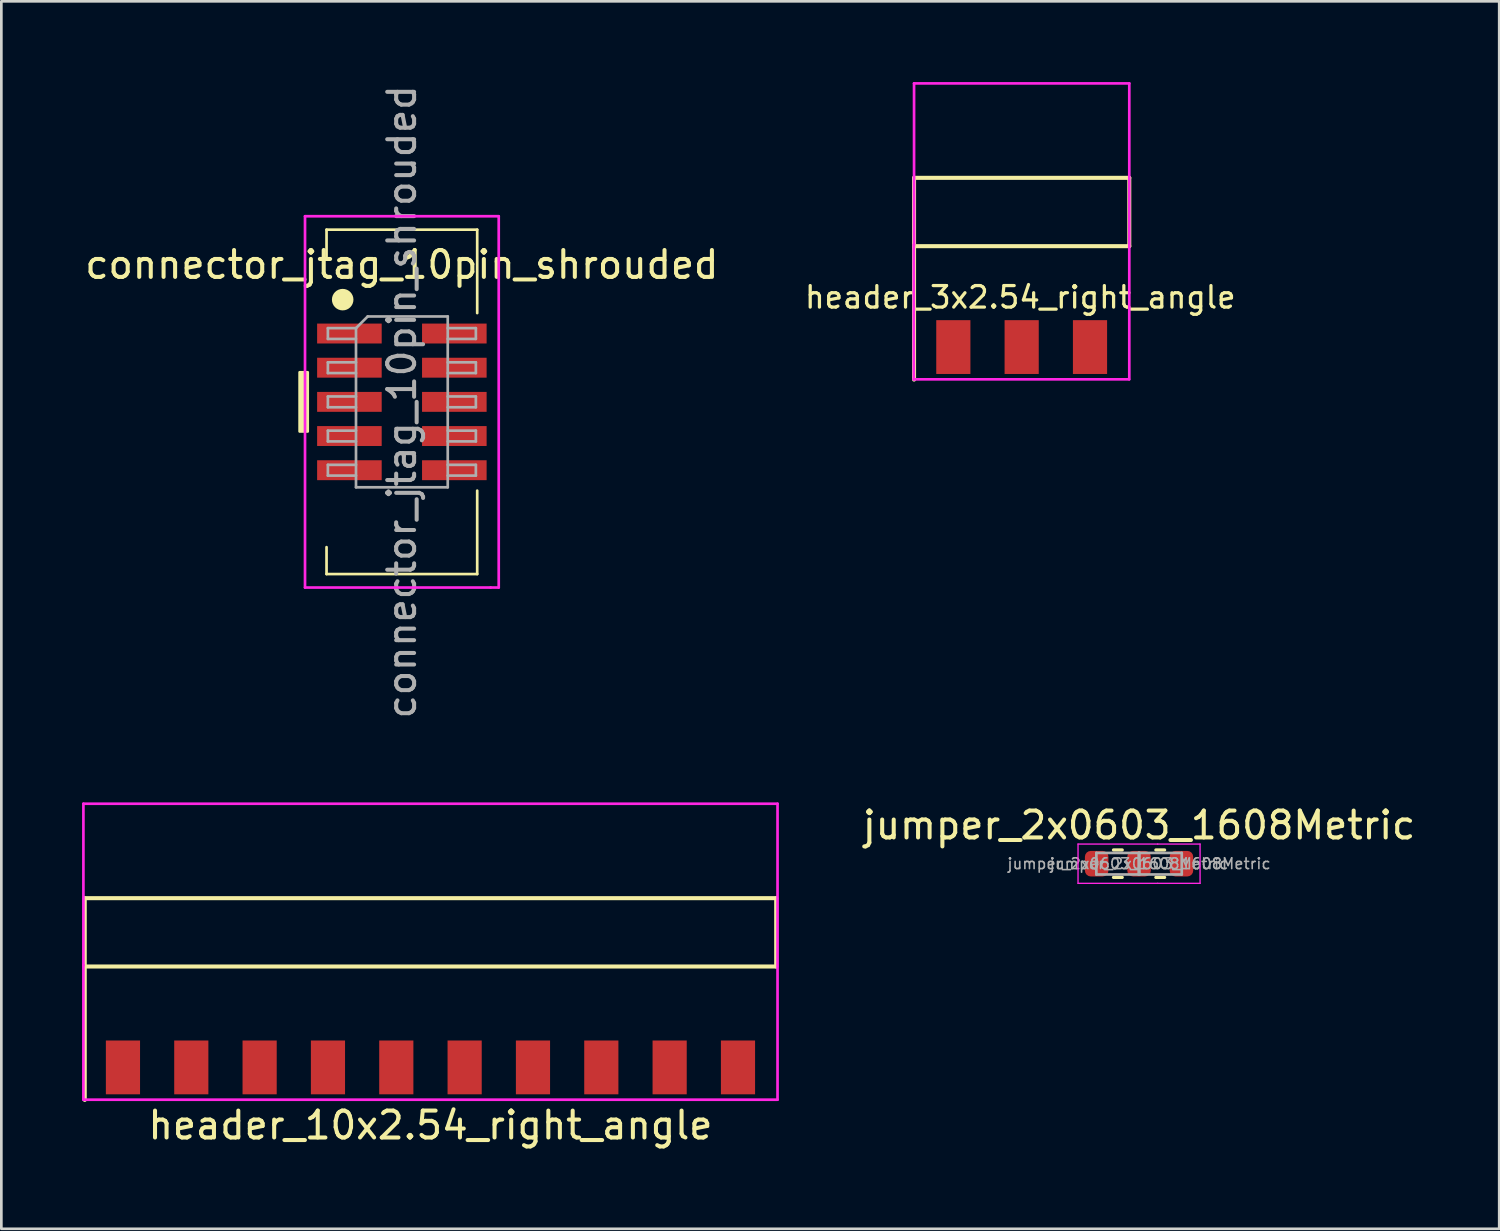
<source format=kicad_pcb>
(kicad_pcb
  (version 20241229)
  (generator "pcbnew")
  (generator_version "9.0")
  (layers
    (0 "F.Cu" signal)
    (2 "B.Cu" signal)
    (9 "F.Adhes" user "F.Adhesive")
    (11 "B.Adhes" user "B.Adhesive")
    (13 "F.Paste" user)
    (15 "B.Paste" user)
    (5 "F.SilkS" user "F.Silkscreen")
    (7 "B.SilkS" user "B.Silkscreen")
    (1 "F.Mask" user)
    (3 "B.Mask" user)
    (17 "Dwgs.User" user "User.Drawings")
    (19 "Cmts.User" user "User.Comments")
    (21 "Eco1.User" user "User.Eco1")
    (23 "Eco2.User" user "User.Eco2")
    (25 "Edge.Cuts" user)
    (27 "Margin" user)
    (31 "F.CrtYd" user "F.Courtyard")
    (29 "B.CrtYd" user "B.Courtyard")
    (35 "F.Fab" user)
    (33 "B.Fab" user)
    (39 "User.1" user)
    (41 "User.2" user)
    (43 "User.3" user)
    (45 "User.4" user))
  (footprint "header_10x2.54_right_angle"
    (layer "F.Cu")
    (at 12.95 36.624)
    (property "Reference" "header_10x2.54_right_angle" (at 0 2.15 0) (layer "F.SilkS") (effects (font (size 1 1) (thickness 0.15))))
    (attr smd)
    (fp_line (start -12.85 -6.29) (end -12.85 -3.75) (stroke (width 0.15) (type solid)) (layer "F.SilkS"))
    (fp_line (start -12.85 -3.75) (end -12.85 1.21) (stroke (width 0.15) (type solid)) (layer "F.SilkS"))
    (fp_line (start -12.85 -3.75) (end 12.85 -3.75) (stroke (width 0.15) (type solid)) (layer "F.SilkS"))
    (fp_line (start 12.85 -6.29) (end -12.85 -6.29) (stroke (width 0.15) (type solid)) (layer "F.SilkS"))
    (fp_line (start 12.85 -6.29) (end 12.85 -3.75) (stroke (width 0.15) (type solid)) (layer "F.SilkS"))
    (fp_line (start -12.9 -9.8) (end 12.9 -9.8) (stroke (width 0.1) (type solid)) (layer "F.CrtYd"))
    (fp_line (start -12.9 -3.8) (end -12.9 -9.8) (stroke (width 0.1) (type solid)) (layer "F.CrtYd"))
    (fp_line (start -12.9 1.2) (end -12.9 -3.8) (stroke (width 0.1) (type solid)) (layer "F.CrtYd"))
    (fp_line (start -12.9 1.2) (end 12.9 1.2) (stroke (width 0.1) (type solid)) (layer "F.CrtYd"))
    (fp_line (start 12.9 -9.8) (end 12.9 1.2) (stroke (width 0.1) (type solid)) (layer "F.CrtYd"))
    (pad "1" smd rect (at -11.43 0) (size 1.27 2) (layers "F.Cu" "F.Mask" "F.Paste"))
    (pad "2" smd rect (at -8.89 0) (size 1.27 2) (layers "F.Cu" "F.Mask" "F.Paste"))
    (pad "3" smd rect (at -6.35 0) (size 1.27 2) (layers "F.Cu" "F.Mask" "F.Paste"))
    (pad "4" smd rect (at -3.81 0) (size 1.27 2) (layers "F.Cu" "F.Mask" "F.Paste"))
    (pad "5" smd rect (at -1.27 0) (size 1.27 2) (layers "F.Cu" "F.Mask" "F.Paste"))
    (pad "6" smd rect (at 1.27 0) (size 1.27 2) (layers "F.Cu" "F.Mask" "F.Paste"))
    (pad "7" smd rect (at 3.81 0) (size 1.27 2) (layers "F.Cu" "F.Mask" "F.Paste"))
    (pad "8" smd rect (at 6.35 0) (size 1.27 2) (layers "F.Cu" "F.Mask" "F.Paste"))
    (pad "9" smd rect (at 8.89 0) (size 1.27 2) (layers "F.Cu" "F.Mask" "F.Paste"))
    (pad "10" smd rect (at 11.43 0) (size 1.27 2) (layers "F.Cu" "F.Mask" "F.Paste")))
  (footprint "header_3x2.54_right_angle"
    (layer "F.Cu")
    (at 34.924 9.85)
    (property "Reference" "header_3x2.54_right_angle" (at -0.05 -1.85 0) (layer "F.SilkS") (effects (font (size 0.8 0.8) (thickness 0.12))))
    (attr smd)
    (fp_line (start -4 -6.29) (end -4 -3.75) (stroke (width 0.15) (type solid)) (layer "F.SilkS"))
    (fp_line (start -4 -3.75) (end -4 1.21) (stroke (width 0.15) (type solid)) (layer "F.SilkS"))
    (fp_line (start -4 -3.75) (end 4 -3.75) (stroke (width 0.15) (type solid)) (layer "F.SilkS"))
    (fp_line (start 4 -6.29) (end -4 -6.29) (stroke (width 0.15) (type solid)) (layer "F.SilkS"))
    (fp_line (start 4 -6.29) (end 4 -3.75) (stroke (width 0.15) (type solid)) (layer "F.SilkS"))
    (fp_line (start -4.01 1.2) (end -4.01 -3.8) (stroke (width 0.1) (type solid)) (layer "F.CrtYd"))
    (fp_line (start -4.01 1.2) (end 3.99 1.2) (stroke (width 0.1) (type solid)) (layer "F.CrtYd"))
    (fp_line (start -4 -9.8) (end 4 -9.8) (stroke (width 0.1) (type solid)) (layer "F.CrtYd"))
    (fp_line (start -4 -3.8) (end -4 -9.8) (stroke (width 0.1) (type solid)) (layer "F.CrtYd"))
    (fp_line (start 4 -9.8) (end 4 1.2) (stroke (width 0.1) (type solid)) (layer "F.CrtYd"))
    (pad "1" smd rect (at -2.54 0) (size 1.27 2) (layers "F.Cu" "F.Mask" "F.Paste"))
    (pad "2" smd rect (at 0 0) (size 1.27 2) (layers "F.Cu" "F.Mask" "F.Paste"))
    (pad "3" smd rect (at 2.54 0) (size 1.27 2) (layers "F.Cu" "F.Mask" "F.Paste")))
  (footprint "connector_jtag_10pin_shrouded"
    (layer "F.Cu")
    (at 11.887 11.887)
    (property "Reference" "connector_jtag_10pin_shrouded" (at 0 -5.1 0) (layer "F.SilkS") (effects (font (size 1 1) (thickness 0.15))))
    (attr smd)
    (fp_line (start -2.8 -6.4) (end -2.8 -5.4) (stroke (width 0.1) (type solid)) (layer "F.SilkS"))
    (fp_line (start -2.8 6.4) (end -2.8 5.4) (stroke (width 0.1) (type solid)) (layer "F.SilkS"))
    (fp_line (start 2.8 -6.4) (end -2.8 -6.4) (stroke (width 0.1) (type solid)) (layer "F.SilkS"))
    (fp_line (start 2.8 -6.4) (end 2.8 -3.3) (stroke (width 0.1) (type solid)) (layer "F.SilkS"))
    (fp_line (start 2.8 3.3) (end 2.8 6.4) (stroke (width 0.1) (type solid)) (layer "F.SilkS"))
    (fp_line (start 2.8 6.4) (end -2.8 6.4) (stroke (width 0.1) (type solid)) (layer "F.SilkS"))
    (fp_circle (center -2.2 -3.8) (end -2 -3.8) (stroke (width 0.4) (type solid)) (fill no) (layer "F.SilkS"))
    (fp_poly (pts (xy -3.5 1.1) (xy -3.8 1.1) (xy -3.8 -1.1) (xy -3.5 -1.1)) (stroke (width 0.1) (type solid)) (fill yes) (layer "F.SilkS"))
    (fp_line (start -3.6 -6.9) (end -3.6 6.9) (stroke (width 0.1) (type solid)) (layer "F.CrtYd"))
    (fp_line (start -3.6 6.9) (end 3.3 6.9) (stroke (width 0.1) (type solid)) (layer "F.CrtYd"))
    (fp_line (start 3.3 6.9) (end 3.6 6.9) (stroke (width 0.1) (type solid)) (layer "F.CrtYd"))
    (fp_line (start 3.6 -6.9) (end -3.6 -6.9) (stroke (width 0.1) (type solid)) (layer "F.CrtYd"))
    (fp_line (start 3.6 6.9) (end 3.6 -6.9) (stroke (width 0.1) (type solid)) (layer "F.CrtYd"))
    (fp_line (start -2.75 -2.74) (end -2.75 -2.34) (stroke (width 0.1) (type solid)) (layer "F.Fab"))
    (fp_line (start -2.75 -2.34) (end -1.705 -2.34) (stroke (width 0.1) (type solid)) (layer "F.Fab"))
    (fp_line (start -2.75 -1.47) (end -2.75 -1.07) (stroke (width 0.1) (type solid)) (layer "F.Fab"))
    (fp_line (start -2.75 -1.07) (end -1.705 -1.07) (stroke (width 0.1) (type solid)) (layer "F.Fab"))
    (fp_line (start -2.75 -0.2) (end -2.75 0.2) (stroke (width 0.1) (type solid)) (layer "F.Fab"))
    (fp_line (start -2.75 0.2) (end -1.705 0.2) (stroke (width 0.1) (type solid)) (layer "F.Fab"))
    (fp_line (start -2.75 1.07) (end -2.75 1.47) (stroke (width 0.1) (type solid)) (layer "F.Fab"))
    (fp_line (start -2.75 1.47) (end -1.705 1.47) (stroke (width 0.1) (type solid)) (layer "F.Fab"))
    (fp_line (start -2.75 2.34) (end -2.75 2.74) (stroke (width 0.1) (type solid)) (layer "F.Fab"))
    (fp_line (start -2.75 2.74) (end -1.705 2.74) (stroke (width 0.1) (type solid)) (layer "F.Fab"))
    (fp_line (start -1.705 -2.74) (end -2.75 -2.74) (stroke (width 0.1) (type solid)) (layer "F.Fab"))
    (fp_line (start -1.705 -2.74) (end -1.27 -3.175) (stroke (width 0.1) (type solid)) (layer "F.Fab"))
    (fp_line (start -1.705 -1.47) (end -2.75 -1.47) (stroke (width 0.1) (type solid)) (layer "F.Fab"))
    (fp_line (start -1.705 -0.2) (end -2.75 -0.2) (stroke (width 0.1) (type solid)) (layer "F.Fab"))
    (fp_line (start -1.705 1.07) (end -2.75 1.07) (stroke (width 0.1) (type solid)) (layer "F.Fab"))
    (fp_line (start -1.705 2.34) (end -2.75 2.34) (stroke (width 0.1) (type solid)) (layer "F.Fab"))
    (fp_line (start -1.705 3.175) (end -1.705 -2.74) (stroke (width 0.1) (type solid)) (layer "F.Fab"))
    (fp_line (start -1.27 -3.175) (end 1.705 -3.175) (stroke (width 0.1) (type solid)) (layer "F.Fab"))
    (fp_line (start 1.705 -3.175) (end 1.705 3.175) (stroke (width 0.1) (type solid)) (layer "F.Fab"))
    (fp_line (start 1.705 -2.74) (end 2.75 -2.74) (stroke (width 0.1) (type solid)) (layer "F.Fab"))
    (fp_line (start 1.705 -1.47) (end 2.75 -1.47) (stroke (width 0.1) (type solid)) (layer "F.Fab"))
    (fp_line (start 1.705 -0.2) (end 2.75 -0.2) (stroke (width 0.1) (type solid)) (layer "F.Fab"))
    (fp_line (start 1.705 1.07) (end 2.75 1.07) (stroke (width 0.1) (type solid)) (layer "F.Fab"))
    (fp_line (start 1.705 2.34) (end 2.75 2.34) (stroke (width 0.1) (type solid)) (layer "F.Fab"))
    (fp_line (start 1.705 3.175) (end -1.705 3.175) (stroke (width 0.1) (type solid)) (layer "F.Fab"))
    (fp_line (start 2.75 -2.74) (end 2.75 -2.34) (stroke (width 0.1) (type solid)) (layer "F.Fab"))
    (fp_line (start 2.75 -2.34) (end 1.705 -2.34) (stroke (width 0.1) (type solid)) (layer "F.Fab"))
    (fp_line (start 2.75 -1.47) (end 2.75 -1.07) (stroke (width 0.1) (type solid)) (layer "F.Fab"))
    (fp_line (start 2.75 -1.07) (end 1.705 -1.07) (stroke (width 0.1) (type solid)) (layer "F.Fab"))
    (fp_line (start 2.75 -0.2) (end 2.75 0.2) (stroke (width 0.1) (type solid)) (layer "F.Fab"))
    (fp_line (start 2.75 0.2) (end 1.705 0.2) (stroke (width 0.1) (type solid)) (layer "F.Fab"))
    (fp_line (start 2.75 1.07) (end 2.75 1.47) (stroke (width 0.1) (type solid)) (layer "F.Fab"))
    (fp_line (start 2.75 1.47) (end 1.705 1.47) (stroke (width 0.1) (type solid)) (layer "F.Fab"))
    (fp_line (start 2.75 2.34) (end 2.75 2.74) (stroke (width 0.1) (type solid)) (layer "F.Fab"))
    (fp_line (start 2.75 2.74) (end 1.705 2.74) (stroke (width 0.1) (type solid)) (layer "F.Fab"))
    (fp_text user "${REFERENCE}" (at 0 0 90) (layer "F.Fab") (effects (font (size 1 1) (thickness 0.15))))
    (pad "1" smd rect (at -1.95 -2.54) (size 2.4 0.74) (layers "F.Cu" "F.Mask" "F.Paste"))
    (pad "2" smd rect (at 1.95 -2.54) (size 2.4 0.74) (layers "F.Cu" "F.Mask" "F.Paste"))
    (pad "3" smd rect (at -1.95 -1.27) (size 2.4 0.74) (layers "F.Cu" "F.Mask" "F.Paste"))
    (pad "4" smd rect (at 1.95 -1.27) (size 2.4 0.74) (layers "F.Cu" "F.Mask" "F.Paste"))
    (pad "5" smd rect (at -1.95 0) (size 2.4 0.74) (layers "F.Cu" "F.Mask" "F.Paste"))
    (pad "6" smd rect (at 1.95 0) (size 2.4 0.74) (layers "F.Cu" "F.Mask" "F.Paste"))
    (pad "7" smd rect (at -1.95 1.27) (size 2.4 0.74) (layers "F.Cu" "F.Mask" "F.Paste"))
    (pad "8" smd rect (at 1.95 1.27) (size 2.4 0.74) (layers "F.Cu" "F.Mask" "F.Paste"))
    (pad "9" smd rect (at -1.95 2.54) (size 2.4 0.74) (layers "F.Cu" "F.Mask" "F.Paste"))
    (pad "10" smd rect (at 1.95 2.54) (size 2.4 0.74) (layers "F.Cu" "F.Mask" "F.Paste")))
  (footprint "jumper_2x0603_1608Metric"
    (layer "F.Cu")
    (at 39.287 29.052)
    (property "Reference" "jumper_2x0603_1608Metric" (at 0 -1.43 0) (layer "F.SilkS") (effects (font (size 1 1) (thickness 0.15))))
    (attr smd)
    (fp_line (start -0.95 -0.51) (end -0.625 -0.51) (stroke (width 0.12) (type solid)) (layer "F.SilkS"))
    (fp_line (start -0.95 0.51) (end -0.625 0.51) (stroke (width 0.12) (type solid)) (layer "F.SilkS"))
    (fp_line (start 0.95 -0.51) (end 0.625 -0.51) (stroke (width 0.12) (type solid)) (layer "F.SilkS"))
    (fp_line (start 0.95 0.51) (end 0.625 0.51) (stroke (width 0.12) (type solid)) (layer "F.SilkS"))
    (fp_line (start -2.268 -0.73) (end 0.693 -0.73) (stroke (width 0.05) (type solid)) (layer "F.CrtYd"))
    (fp_line (start -2.268 0.73) (end -2.268 -0.73) (stroke (width 0.05) (type solid)) (layer "F.CrtYd"))
    (fp_line (start 0.693 -0.73) (end 2.268 -0.73) (stroke (width 0.05) (type solid)) (layer "F.CrtYd"))
    (fp_line (start 0.693 0.73) (end -2.268 0.73) (stroke (width 0.05) (type solid)) (layer "F.CrtYd"))
    (fp_line (start 2.268 -0.73) (end 2.268 0.73) (stroke (width 0.05) (type solid)) (layer "F.CrtYd"))
    (fp_line (start 2.268 0.73) (end 0.693 0.73) (stroke (width 0.05) (type solid)) (layer "F.CrtYd"))
    (fp_line (start -1.587 -0.4) (end 0.013 -0.4) (stroke (width 0.1) (type solid)) (layer "F.Fab"))
    (fp_line (start -1.587 0.4) (end -1.587 -0.4) (stroke (width 0.1) (type solid)) (layer "F.Fab"))
    (fp_line (start -0.013 -0.4) (end 1.587 -0.4) (stroke (width 0.1) (type solid)) (layer "F.Fab"))
    (fp_line (start -0.013 0.4) (end -0.013 -0.4) (stroke (width 0.1) (type solid)) (layer "F.Fab"))
    (fp_line (start 0.013 -0.4) (end 0.013 0.4) (stroke (width 0.1) (type solid)) (layer "F.Fab"))
    (fp_line (start 0.013 0.4) (end -1.587 0.4) (stroke (width 0.1) (type solid)) (layer "F.Fab"))
    (fp_line (start 1.587 -0.4) (end 1.587 0.4) (stroke (width 0.1) (type solid)) (layer "F.Fab"))
    (fp_line (start 1.587 0.4) (end -0.013 0.4) (stroke (width 0.1) (type solid)) (layer "F.Fab"))
    (fp_text user "${REFERENCE}" (at 0.787 0 180) (layer "F.Fab") (effects (font (size 0.4 0.4) (thickness 0.06))))
    (fp_text user "${REFERENCE}" (at -0.787 0 0) (layer "F.Fab") (effects (font (size 0.4 0.4) (thickness 0.06))))
    (pad "1" smd roundrect (at -1.575 0) (size 0.875 0.95) (layers "F.Cu" "F.Mask" "F.Paste") (roundrect_rratio 0.25))
    (pad "2" smd roundrect (at 0 0) (size 0.875 0.95) (layers "F.Cu" "F.Mask" "F.Paste") (roundrect_rratio 0.25))
    (pad "3" smd roundrect (at 1.575 0 180) (size 0.875 0.95) (layers "F.Cu" "F.Mask" "F.Paste") (roundrect_rratio 0.25)))
  (gr_rect
    (start -3 -3)
    (end 52.674 42.622)
    (stroke (width 0.1) (type default))
    (fill no)
    (layer "Edge.Cuts")))
</source>
